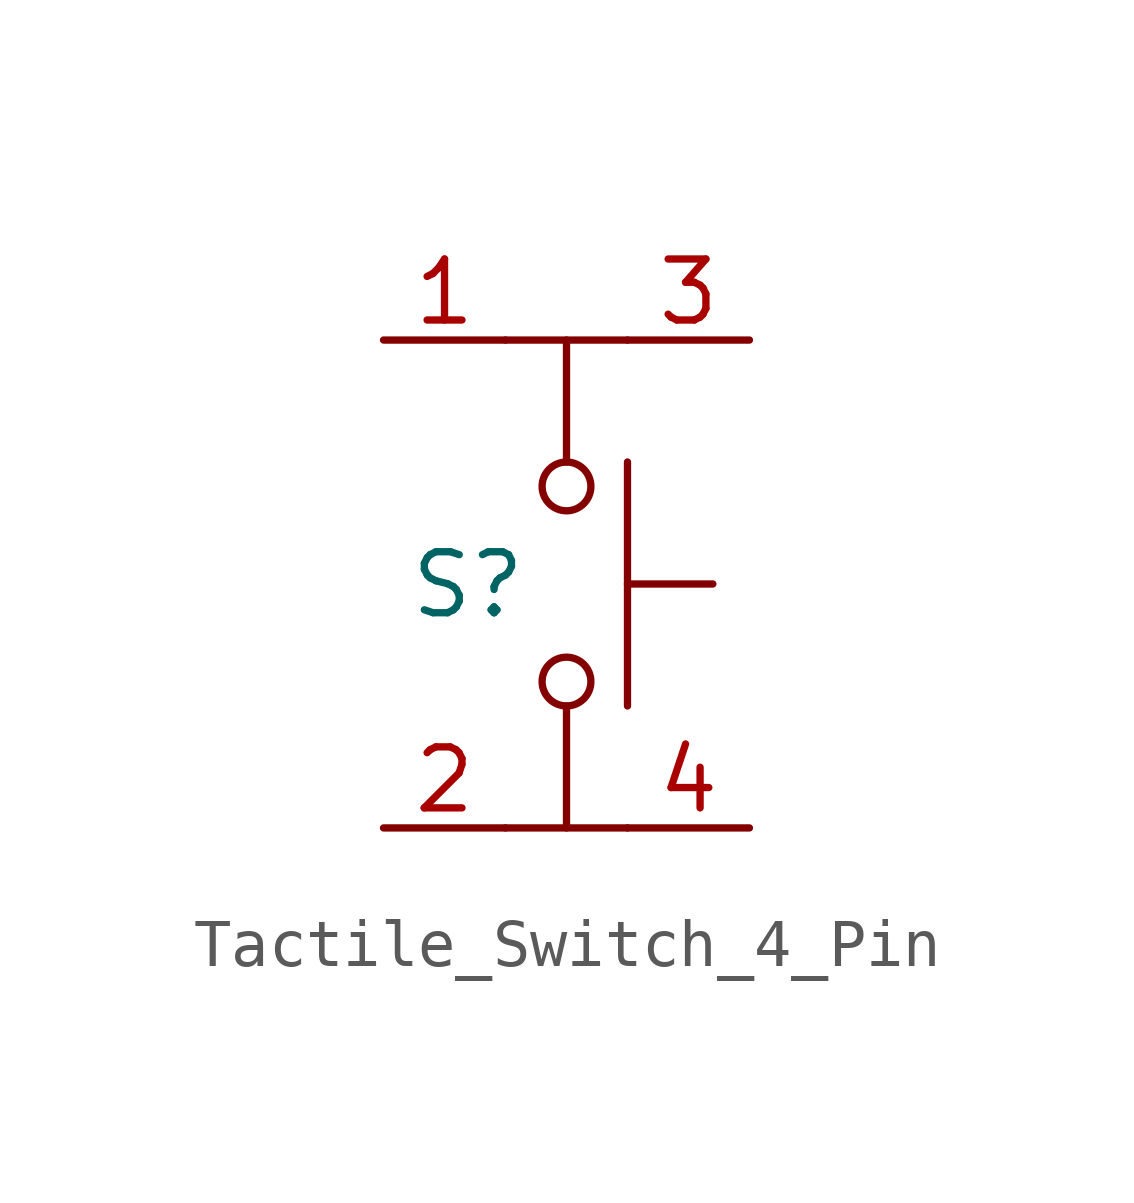
<source format=kicad_sym>
(kicad_symbol_lib
  (version 20231120)
  (generator "kicad_symbol_editor")
  (generator_version "8.0")
  (symbol "Tactile_Switch_4_Pin"
    (pin_names
      (offset 1.016))
    (property "Reference" "S"
      (at -3.302 -0.762 0)
      (do_not_autoplace)
      (effects (font (size 1.27 1.27)) (justify left bottom)))
    (symbol "Tactile_Switch_4_Pin_0_1"
      (circle (center 0 -2.032) (radius 0.508) (stroke (width 0) (type default)) (fill (type none)))
      (polyline (pts (xy 0 -2.54) (xy 0 -5.08)) (stroke (width 0) (type default)) (fill (type none)))
      (polyline (pts (xy 0 2.54) (xy 0 5.08)) (stroke (width 0) (type default)) (fill (type none)))
      (polyline (pts (xy 1.27 -5.08) (xy -1.27 -5.08)) (stroke (width 0) (type default)) (fill (type none)))
      (polyline (pts (xy 1.27 -2.54) (xy 1.27 2.54)) (stroke (width 0) (type default)) (fill (type none)))
      (polyline (pts (xy 1.27 0) (xy 3.048 0)) (stroke (width 0) (type default)) (fill (type none)))
      (polyline (pts (xy 1.27 5.08) (xy -1.27 5.08)) (stroke (width 0) (type default)) (fill (type none)))
      (circle (center 0 2.032) (radius 0.508) (stroke (width 0) (type default)) (fill (type none))))
    (symbol "Tactile_Switch_4_Pin_1_1"
      (pin passive line (at -3.81 5.08 0) (length 2.54) (name "" (effects (font (size 1.27 1.27)))) (number "1" (effects (font (size 1.27 1.27)))))
      (pin passive line (at -3.81 -5.08 0) (length 2.54) (name "" (effects (font (size 1.27 1.27)))) (number "2" (effects (font (size 1.27 1.27)))))
      (pin passive line (at 3.81 5.08 180) (length 2.54) (name "" (effects (font (size 1.27 1.27)))) (number "3" (effects (font (size 1.27 1.27)))))
      (pin passive line (at 3.81 -5.08 180) (length 2.54) (name "" (effects (font (size 1.27 1.27)))) (number "4" (effects (font (size 1.27 1.27))))))))
</source>
